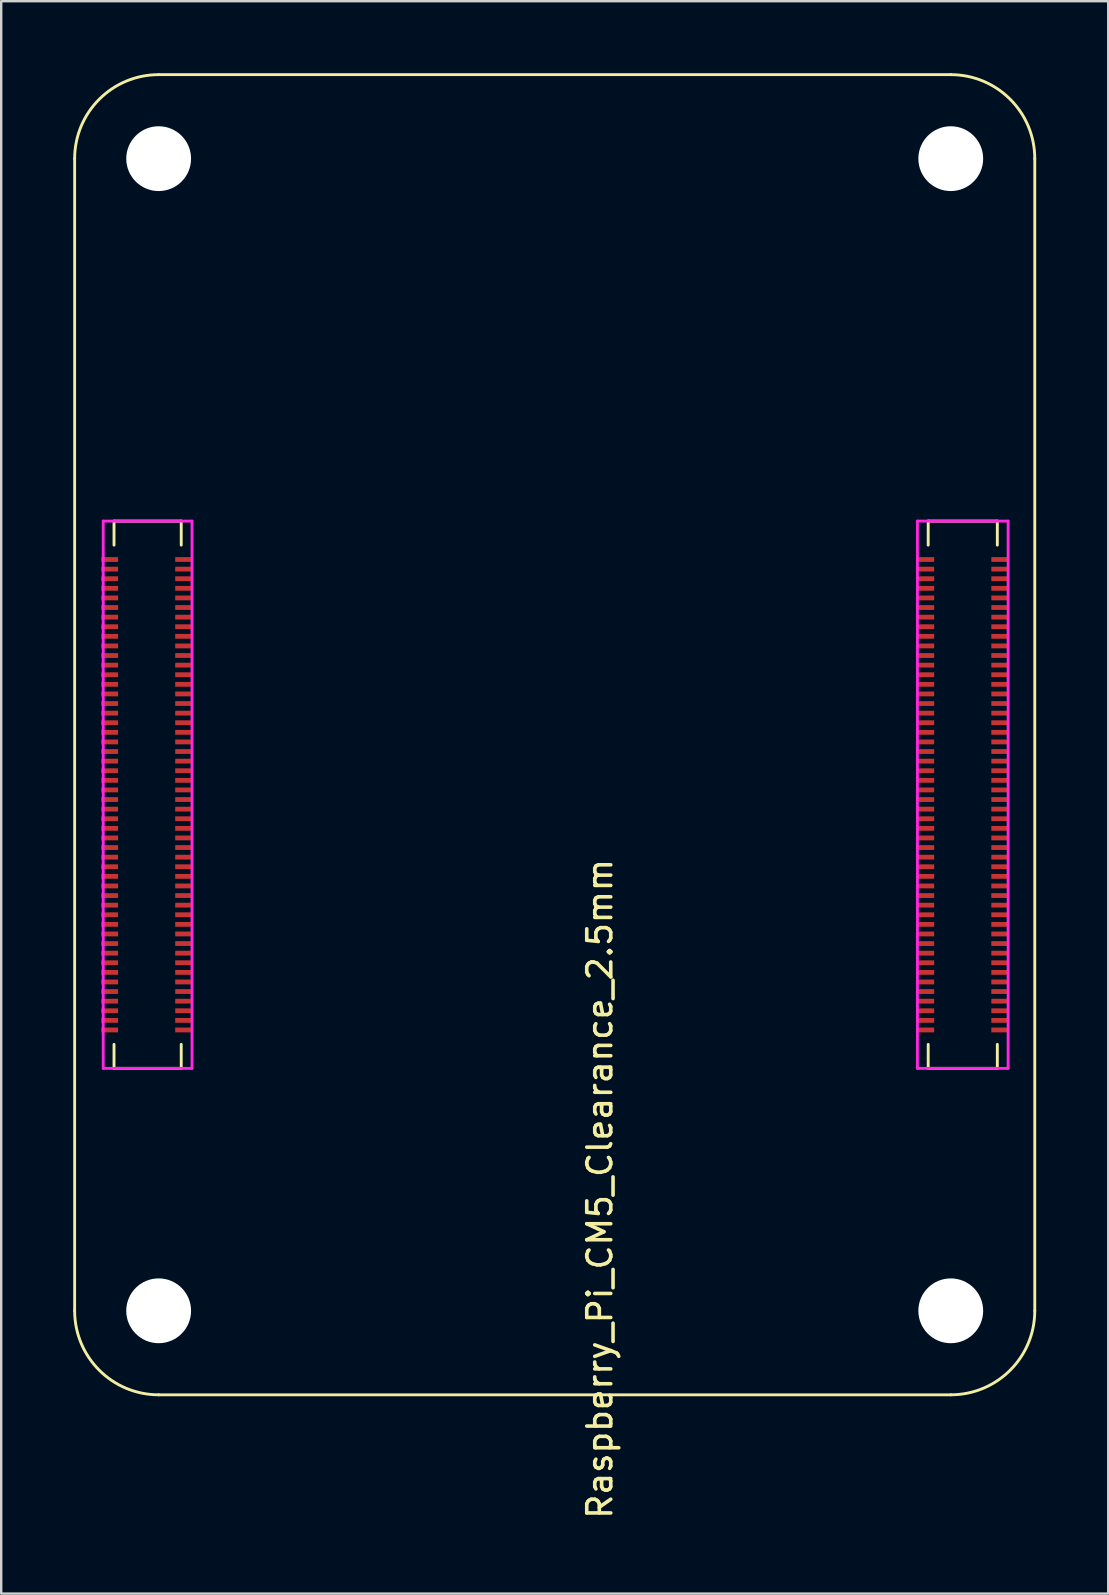
<source format=kicad_pcb>
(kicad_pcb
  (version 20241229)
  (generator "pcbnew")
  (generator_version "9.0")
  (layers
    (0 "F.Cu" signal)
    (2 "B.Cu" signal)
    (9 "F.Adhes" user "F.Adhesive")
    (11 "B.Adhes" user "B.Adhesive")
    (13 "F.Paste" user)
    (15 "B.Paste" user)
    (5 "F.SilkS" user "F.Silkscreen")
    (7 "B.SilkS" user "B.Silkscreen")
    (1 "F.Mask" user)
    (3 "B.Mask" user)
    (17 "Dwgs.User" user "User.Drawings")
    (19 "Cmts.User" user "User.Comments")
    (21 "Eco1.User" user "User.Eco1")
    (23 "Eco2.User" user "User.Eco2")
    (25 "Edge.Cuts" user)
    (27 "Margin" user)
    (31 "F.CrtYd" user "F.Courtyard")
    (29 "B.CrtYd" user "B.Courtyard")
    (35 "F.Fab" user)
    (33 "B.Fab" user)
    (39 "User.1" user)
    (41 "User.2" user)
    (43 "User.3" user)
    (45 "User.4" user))
  (footprint "Raspberry_Pi_CM5_Clearance_2.5mm"
    (layer "F.Cu")
    (at 3.56 51.56)
    (property "Reference" "Raspberry_Pi_CM5_Clearance_2.5mm" (at 18.38 -5.08 270) (layer "F.SilkS") (effects (font (size 1 1) (thickness 0.15))))
    (attr smd)
    (fp_line (start -3.5 -48) (end -3.5 0) (stroke (width 0.12) (type solid)) (layer "F.SilkS"))
    (fp_line (start -1.86 -32.9) (end -1.86 -31.9) (stroke (width 0.12) (type solid)) (layer "F.SilkS"))
    (fp_line (start -1.86 -32.9) (end 0.94 -32.9) (stroke (width 0.12) (type solid)) (layer "F.SilkS"))
    (fp_line (start -1.86 -10.1) (end -1.86 -11.1) (stroke (width 0.12) (type solid)) (layer "F.SilkS"))
    (fp_line (start -1.86 -10.1) (end 0.94 -10.1) (stroke (width 0.12) (type solid)) (layer "F.SilkS"))
    (fp_line (start 0 3.5) (end 33 3.5) (stroke (width 0.12) (type solid)) (layer "F.SilkS"))
    (fp_line (start 0.94 -32.9) (end 0.94 -31.9) (stroke (width 0.12) (type solid)) (layer "F.SilkS"))
    (fp_line (start 0.94 -10.1) (end 0.94 -11.1) (stroke (width 0.12) (type solid)) (layer "F.SilkS"))
    (fp_line (start 32.06 -32.9) (end 32.06 -31.9) (stroke (width 0.12) (type solid)) (layer "F.SilkS"))
    (fp_line (start 32.06 -32.9) (end 34.94 -32.9) (stroke (width 0.12) (type solid)) (layer "F.SilkS"))
    (fp_line (start 32.06 -10.1) (end 32.06 -11.1) (stroke (width 0.12) (type solid)) (layer "F.SilkS"))
    (fp_line (start 32.06 -10.1) (end 34.94 -10.1) (stroke (width 0.12) (type solid)) (layer "F.SilkS"))
    (fp_line (start 33 -51.5) (end 0 -51.5) (stroke (width 0.12) (type solid)) (layer "F.SilkS"))
    (fp_line (start 34.94 -32.9) (end 34.94 -31.9) (stroke (width 0.12) (type solid)) (layer "F.SilkS"))
    (fp_line (start 34.94 -10.1) (end 34.94 -11.1) (stroke (width 0.12) (type solid)) (layer "F.SilkS"))
    (fp_line (start 36.5 0) (end 36.5 -48) (stroke (width 0.12) (type solid)) (layer "F.SilkS"))
    (fp_arc (start -3.5 -48) (mid -2.474874 -50.474874) (end 0 -51.5) (stroke (width 0.12) (type solid)) (layer "F.SilkS"))
    (fp_arc (start 0 3.5) (mid -2.474874 2.474874) (end -3.5 0) (stroke (width 0.12) (type solid)) (layer "F.SilkS"))
    (fp_arc (start 33 -51.5) (mid 35.474874 -50.474874) (end 36.5 -48) (stroke (width 0.12) (type solid)) (layer "F.SilkS"))
    (fp_arc (start 36.5 0) (mid 35.474874 2.474874) (end 33 3.5) (stroke (width 0.12) (type solid)) (layer "F.SilkS"))
    (fp_line (start -2.31 -32.9) (end 1.39 -32.9) (stroke (width 0.12) (type solid)) (layer "F.CrtYd"))
    (fp_line (start -2.31 -10.1) (end -2.31 -32.9) (stroke (width 0.12) (type solid)) (layer "F.CrtYd"))
    (fp_line (start 1.39 -32.9) (end 1.39 -10.1) (stroke (width 0.12) (type solid)) (layer "F.CrtYd"))
    (fp_line (start 1.39 -10.1) (end -2.31 -10.1) (stroke (width 0.12) (type solid)) (layer "F.CrtYd"))
    (fp_line (start 31.61 -32.9) (end 35.39 -32.9) (stroke (width 0.12) (type solid)) (layer "F.CrtYd"))
    (fp_line (start 31.61 -10.1) (end 31.61 -32.9) (stroke (width 0.12) (type solid)) (layer "F.CrtYd"))
    (fp_line (start 35.39 -32.9) (end 35.39 -10.1) (stroke (width 0.12) (type solid)) (layer "F.CrtYd"))
    (fp_line (start 35.39 -10.1) (end 31.61 -10.1) (stroke (width 0.12) (type solid)) (layer "F.CrtYd"))
    (pad "" np_thru_hole circle (at 0 -48) (size 2.7 2.7) (drill 2.7) (layers "*.Cu" "*.Mask"))
    (pad "" np_thru_hole circle (at 0 0) (size 2.7 2.7) (drill 2.7) (layers "*.Cu" "*.Mask"))
    (pad "" np_thru_hole circle (at 33 -48) (size 2.7 2.7) (drill 2.7) (layers "*.Cu" "*.Mask"))
    (pad "" np_thru_hole circle (at 33 0) (size 2.7 2.7) (drill 2.7) (layers "*.Cu" "*.Mask"))
    (pad "1" smd rect (at -2.04 -31.3 270) (size 0.2 0.7) (layers "F.Cu" "F.Mask" "F.Paste"))
    (pad "2" smd rect (at 1.04 -31.3 270) (size 0.2 0.7) (layers "F.Cu" "F.Mask" "F.Paste"))
    (pad "3" smd rect (at -2.04 -30.9 270) (size 0.2 0.7) (layers "F.Cu" "F.Mask" "F.Paste"))
    (pad "4" smd rect (at 1.04 -30.9 270) (size 0.2 0.7) (layers "F.Cu" "F.Mask" "F.Paste"))
    (pad "5" smd rect (at -2.04 -30.5 270) (size 0.2 0.7) (layers "F.Cu" "F.Mask" "F.Paste"))
    (pad "6" smd rect (at 1.04 -30.5 270) (size 0.2 0.7) (layers "F.Cu" "F.Mask" "F.Paste"))
    (pad "7" smd rect (at -2.04 -30.1 270) (size 0.2 0.7) (layers "F.Cu" "F.Mask" "F.Paste"))
    (pad "8" smd rect (at 1.04 -30.1 270) (size 0.2 0.7) (layers "F.Cu" "F.Mask" "F.Paste"))
    (pad "9" smd rect (at -2.04 -29.7 270) (size 0.2 0.7) (layers "F.Cu" "F.Mask" "F.Paste"))
    (pad "10" smd rect (at 1.04 -29.7 270) (size 0.2 0.7) (layers "F.Cu" "F.Mask" "F.Paste"))
    (pad "11" smd rect (at -2.04 -29.3 270) (size 0.2 0.7) (layers "F.Cu" "F.Mask" "F.Paste"))
    (pad "12" smd rect (at 1.04 -29.3 270) (size 0.2 0.7) (layers "F.Cu" "F.Mask" "F.Paste"))
    (pad "13" smd rect (at -2.04 -28.9 270) (size 0.2 0.7) (layers "F.Cu" "F.Mask" "F.Paste"))
    (pad "14" smd rect (at 1.04 -28.9 270) (size 0.2 0.7) (layers "F.Cu" "F.Mask" "F.Paste"))
    (pad "15" smd rect (at -2.04 -28.5 270) (size 0.2 0.7) (layers "F.Cu" "F.Mask" "F.Paste"))
    (pad "16" smd rect (at 1.04 -28.5 270) (size 0.2 0.7) (layers "F.Cu" "F.Mask" "F.Paste"))
    (pad "17" smd rect (at -2.04 -28.1 270) (size 0.2 0.7) (layers "F.Cu" "F.Mask" "F.Paste"))
    (pad "18" smd rect (at 1.04 -28.1 270) (size 0.2 0.7) (layers "F.Cu" "F.Mask" "F.Paste"))
    (pad "19" smd rect (at -2.04 -27.7 270) (size 0.2 0.7) (layers "F.Cu" "F.Mask" "F.Paste"))
    (pad "20" smd rect (at 1.04 -27.7 270) (size 0.2 0.7) (layers "F.Cu" "F.Mask" "F.Paste"))
    (pad "21" smd rect (at -2.04 -27.3 270) (size 0.2 0.7) (layers "F.Cu" "F.Mask" "F.Paste"))
    (pad "22" smd rect (at 1.04 -27.3 270) (size 0.2 0.7) (layers "F.Cu" "F.Mask" "F.Paste"))
    (pad "23" smd rect (at -2.04 -26.9 270) (size 0.2 0.7) (layers "F.Cu" "F.Mask" "F.Paste"))
    (pad "24" smd rect (at 1.04 -26.9 270) (size 0.2 0.7) (layers "F.Cu" "F.Mask" "F.Paste"))
    (pad "25" smd rect (at -2.04 -26.5 270) (size 0.2 0.7) (layers "F.Cu" "F.Mask" "F.Paste"))
    (pad "26" smd rect (at 1.04 -26.5 270) (size 0.2 0.7) (layers "F.Cu" "F.Mask" "F.Paste"))
    (pad "27" smd rect (at -2.04 -26.1 270) (size 0.2 0.7) (layers "F.Cu" "F.Mask" "F.Paste"))
    (pad "28" smd rect (at 1.04 -26.1 270) (size 0.2 0.7) (layers "F.Cu" "F.Mask" "F.Paste"))
    (pad "29" smd rect (at -2.04 -25.7 270) (size 0.2 0.7) (layers "F.Cu" "F.Mask" "F.Paste"))
    (pad "30" smd rect (at 1.04 -25.7 270) (size 0.2 0.7) (layers "F.Cu" "F.Mask" "F.Paste"))
    (pad "31" smd rect (at -2.04 -25.3 270) (size 0.2 0.7) (layers "F.Cu" "F.Mask" "F.Paste"))
    (pad "32" smd rect (at 1.04 -25.3 270) (size 0.2 0.7) (layers "F.Cu" "F.Mask" "F.Paste"))
    (pad "33" smd rect (at -2.04 -24.9 270) (size 0.2 0.7) (layers "F.Cu" "F.Mask" "F.Paste"))
    (pad "34" smd rect (at 1.04 -24.9 270) (size 0.2 0.7) (layers "F.Cu" "F.Mask" "F.Paste"))
    (pad "35" smd rect (at -2.04 -24.5 270) (size 0.2 0.7) (layers "F.Cu" "F.Mask" "F.Paste"))
    (pad "36" smd rect (at 1.04 -24.5 270) (size 0.2 0.7) (layers "F.Cu" "F.Mask" "F.Paste"))
    (pad "37" smd rect (at -2.04 -24.1 270) (size 0.2 0.7) (layers "F.Cu" "F.Mask" "F.Paste"))
    (pad "38" smd rect (at 1.04 -24.1 270) (size 0.2 0.7) (layers "F.Cu" "F.Mask" "F.Paste"))
    (pad "39" smd rect (at -2.04 -23.7 270) (size 0.2 0.7) (layers "F.Cu" "F.Mask" "F.Paste"))
    (pad "40" smd rect (at 1.04 -23.7 270) (size 0.2 0.7) (layers "F.Cu" "F.Mask" "F.Paste"))
    (pad "41" smd rect (at -2.04 -23.3 270) (size 0.2 0.7) (layers "F.Cu" "F.Mask" "F.Paste"))
    (pad "42" smd rect (at 1.04 -23.3 270) (size 0.2 0.7) (layers "F.Cu" "F.Mask" "F.Paste"))
    (pad "43" smd rect (at -2.04 -22.9 270) (size 0.2 0.7) (layers "F.Cu" "F.Mask" "F.Paste"))
    (pad "44" smd rect (at 1.04 -22.9 270) (size 0.2 0.7) (layers "F.Cu" "F.Mask" "F.Paste"))
    (pad "45" smd rect (at -2.04 -22.5 270) (size 0.2 0.7) (layers "F.Cu" "F.Mask" "F.Paste"))
    (pad "46" smd rect (at 1.04 -22.5 270) (size 0.2 0.7) (layers "F.Cu" "F.Mask" "F.Paste"))
    (pad "47" smd rect (at -2.04 -22.1 270) (size 0.2 0.7) (layers "F.Cu" "F.Mask" "F.Paste"))
    (pad "48" smd rect (at 1.04 -22.1 270) (size 0.2 0.7) (layers "F.Cu" "F.Mask" "F.Paste"))
    (pad "49" smd rect (at -2.04 -21.7 270) (size 0.2 0.7) (layers "F.Cu" "F.Mask" "F.Paste"))
    (pad "50" smd rect (at 1.04 -21.7 270) (size 0.2 0.7) (layers "F.Cu" "F.Mask" "F.Paste"))
    (pad "51" smd rect (at -2.04 -21.3 270) (size 0.2 0.7) (layers "F.Cu" "F.Mask" "F.Paste"))
    (pad "52" smd rect (at 1.04 -21.3 270) (size 0.2 0.7) (layers "F.Cu" "F.Mask" "F.Paste"))
    (pad "53" smd rect (at -2.04 -20.9 270) (size 0.2 0.7) (layers "F.Cu" "F.Mask" "F.Paste"))
    (pad "54" smd rect (at 1.04 -20.9 270) (size 0.2 0.7) (layers "F.Cu" "F.Mask" "F.Paste"))
    (pad "55" smd rect (at -2.04 -20.5 270) (size 0.2 0.7) (layers "F.Cu" "F.Mask" "F.Paste"))
    (pad "56" smd rect (at 1.04 -20.5 270) (size 0.2 0.7) (layers "F.Cu" "F.Mask" "F.Paste"))
    (pad "57" smd rect (at -2.04 -20.1 270) (size 0.2 0.7) (layers "F.Cu" "F.Mask" "F.Paste"))
    (pad "58" smd rect (at 1.04 -20.1 270) (size 0.2 0.7) (layers "F.Cu" "F.Mask" "F.Paste"))
    (pad "59" smd rect (at -2.04 -19.7 270) (size 0.2 0.7) (layers "F.Cu" "F.Mask" "F.Paste"))
    (pad "60" smd rect (at 1.04 -19.7 270) (size 0.2 0.7) (layers "F.Cu" "F.Mask" "F.Paste"))
    (pad "61" smd rect (at -2.04 -19.3 270) (size 0.2 0.7) (layers "F.Cu" "F.Mask" "F.Paste"))
    (pad "62" smd rect (at 1.04 -19.3 270) (size 0.2 0.7) (layers "F.Cu" "F.Mask" "F.Paste"))
    (pad "63" smd rect (at -2.04 -18.9 270) (size 0.2 0.7) (layers "F.Cu" "F.Mask" "F.Paste"))
    (pad "64" smd rect (at 1.04 -18.9 270) (size 0.2 0.7) (layers "F.Cu" "F.Mask" "F.Paste"))
    (pad "65" smd rect (at -2.04 -18.5 270) (size 0.2 0.7) (layers "F.Cu" "F.Mask" "F.Paste"))
    (pad "66" smd rect (at 1.04 -18.5 270) (size 0.2 0.7) (layers "F.Cu" "F.Mask" "F.Paste"))
    (pad "67" smd rect (at -2.04 -18.1 270) (size 0.2 0.7) (layers "F.Cu" "F.Mask" "F.Paste"))
    (pad "68" smd rect (at 1.04 -18.1 270) (size 0.2 0.7) (layers "F.Cu" "F.Mask" "F.Paste"))
    (pad "69" smd rect (at -2.04 -17.7 270) (size 0.2 0.7) (layers "F.Cu" "F.Mask" "F.Paste"))
    (pad "70" smd rect (at 1.04 -17.7 270) (size 0.2 0.7) (layers "F.Cu" "F.Mask" "F.Paste"))
    (pad "71" smd rect (at -2.04 -17.3 270) (size 0.2 0.7) (layers "F.Cu" "F.Mask" "F.Paste"))
    (pad "72" smd rect (at 1.04 -17.3 270) (size 0.2 0.7) (layers "F.Cu" "F.Mask" "F.Paste"))
    (pad "73" smd rect (at -2.04 -16.9 270) (size 0.2 0.7) (layers "F.Cu" "F.Mask" "F.Paste"))
    (pad "74" smd rect (at 1.04 -16.9 270) (size 0.2 0.7) (layers "F.Cu" "F.Mask" "F.Paste"))
    (pad "75" smd rect (at -2.04 -16.5 270) (size 0.2 0.7) (layers "F.Cu" "F.Mask" "F.Paste"))
    (pad "76" smd rect (at 1.04 -16.5 270) (size 0.2 0.7) (layers "F.Cu" "F.Mask" "F.Paste"))
    (pad "77" smd rect (at -2.04 -16.1 270) (size 0.2 0.7) (layers "F.Cu" "F.Mask" "F.Paste"))
    (pad "78" smd rect (at 1.04 -16.1 270) (size 0.2 0.7) (layers "F.Cu" "F.Mask" "F.Paste"))
    (pad "79" smd rect (at -2.04 -15.7 270) (size 0.2 0.7) (layers "F.Cu" "F.Mask" "F.Paste"))
    (pad "80" smd rect (at 1.04 -15.7 270) (size 0.2 0.7) (layers "F.Cu" "F.Mask" "F.Paste"))
    (pad "81" smd rect (at -2.04 -15.3 270) (size 0.2 0.7) (layers "F.Cu" "F.Mask" "F.Paste"))
    (pad "82" smd rect (at 1.04 -15.3 270) (size 0.2 0.7) (layers "F.Cu" "F.Mask" "F.Paste"))
    (pad "83" smd rect (at -2.04 -14.9 270) (size 0.2 0.7) (layers "F.Cu" "F.Mask" "F.Paste"))
    (pad "84" smd rect (at 1.04 -14.9 270) (size 0.2 0.7) (layers "F.Cu" "F.Mask" "F.Paste"))
    (pad "85" smd rect (at -2.04 -14.5 270) (size 0.2 0.7) (layers "F.Cu" "F.Mask" "F.Paste"))
    (pad "86" smd rect (at 1.04 -14.5 270) (size 0.2 0.7) (layers "F.Cu" "F.Mask" "F.Paste"))
    (pad "87" smd rect (at -2.04 -14.1 270) (size 0.2 0.7) (layers "F.Cu" "F.Mask" "F.Paste"))
    (pad "88" smd rect (at 1.04 -14.1 270) (size 0.2 0.7) (layers "F.Cu" "F.Mask" "F.Paste"))
    (pad "89" smd rect (at -2.04 -13.7 270) (size 0.2 0.7) (layers "F.Cu" "F.Mask" "F.Paste"))
    (pad "90" smd rect (at 1.04 -13.7 270) (size 0.2 0.7) (layers "F.Cu" "F.Mask" "F.Paste"))
    (pad "91" smd rect (at -2.04 -13.3 270) (size 0.2 0.7) (layers "F.Cu" "F.Mask" "F.Paste"))
    (pad "92" smd rect (at 1.04 -13.3 270) (size 0.2 0.7) (layers "F.Cu" "F.Mask" "F.Paste"))
    (pad "93" smd rect (at -2.04 -12.9 270) (size 0.2 0.7) (layers "F.Cu" "F.Mask" "F.Paste"))
    (pad "94" smd rect (at 1.04 -12.9 270) (size 0.2 0.7) (layers "F.Cu" "F.Mask" "F.Paste"))
    (pad "95" smd rect (at -2.04 -12.5 270) (size 0.2 0.7) (layers "F.Cu" "F.Mask" "F.Paste"))
    (pad "96" smd rect (at 1.04 -12.5 270) (size 0.2 0.7) (layers "F.Cu" "F.Mask" "F.Paste"))
    (pad "97" smd rect (at -2.04 -12.1 270) (size 0.2 0.7) (layers "F.Cu" "F.Mask" "F.Paste"))
    (pad "98" smd rect (at 1.04 -12.1 270) (size 0.2 0.7) (layers "F.Cu" "F.Mask" "F.Paste"))
    (pad "99" smd rect (at -2.04 -11.7 270) (size 0.2 0.7) (layers "F.Cu" "F.Mask" "F.Paste"))
    (pad "100" smd rect (at 1.04 -11.7 270) (size 0.2 0.7) (layers "F.Cu" "F.Mask" "F.Paste"))
    (pad "101" smd rect (at 31.96 -31.3 270) (size 0.2 0.7) (layers "F.Cu" "F.Mask" "F.Paste"))
    (pad "102" smd rect (at 35.04 -31.3 270) (size 0.2 0.7) (layers "F.Cu" "F.Mask" "F.Paste"))
    (pad "103" smd rect (at 31.96 -30.9 270) (size 0.2 0.7) (layers "F.Cu" "F.Mask" "F.Paste"))
    (pad "104" smd rect (at 35.04 -30.9 270) (size 0.2 0.7) (layers "F.Cu" "F.Mask" "F.Paste"))
    (pad "105" smd rect (at 31.96 -30.5 270) (size 0.2 0.7) (layers "F.Cu" "F.Mask" "F.Paste"))
    (pad "106" smd rect (at 35.04 -30.5 270) (size 0.2 0.7) (layers "F.Cu" "F.Mask" "F.Paste"))
    (pad "107" smd rect (at 31.96 -30.1 270) (size 0.2 0.7) (layers "F.Cu" "F.Mask" "F.Paste"))
    (pad "108" smd rect (at 35.04 -30.1 270) (size 0.2 0.7) (layers "F.Cu" "F.Mask" "F.Paste"))
    (pad "109" smd rect (at 31.96 -29.7 270) (size 0.2 0.7) (layers "F.Cu" "F.Mask" "F.Paste"))
    (pad "110" smd rect (at 35.04 -29.7 270) (size 0.2 0.7) (layers "F.Cu" "F.Mask" "F.Paste"))
    (pad "111" smd rect (at 31.96 -29.3 270) (size 0.2 0.7) (layers "F.Cu" "F.Mask" "F.Paste"))
    (pad "112" smd rect (at 35.04 -29.3 270) (size 0.2 0.7) (layers "F.Cu" "F.Mask" "F.Paste"))
    (pad "113" smd rect (at 31.96 -28.9 270) (size 0.2 0.7) (layers "F.Cu" "F.Mask" "F.Paste"))
    (pad "114" smd rect (at 35.04 -28.9 270) (size 0.2 0.7) (layers "F.Cu" "F.Mask" "F.Paste"))
    (pad "115" smd rect (at 31.96 -28.5 270) (size 0.2 0.7) (layers "F.Cu" "F.Mask" "F.Paste"))
    (pad "116" smd rect (at 35.04 -28.5 270) (size 0.2 0.7) (layers "F.Cu" "F.Mask" "F.Paste"))
    (pad "117" smd rect (at 31.96 -28.1 270) (size 0.2 0.7) (layers "F.Cu" "F.Mask" "F.Paste"))
    (pad "118" smd rect (at 35.04 -28.1 270) (size 0.2 0.7) (layers "F.Cu" "F.Mask" "F.Paste"))
    (pad "119" smd rect (at 31.96 -27.7 270) (size 0.2 0.7) (layers "F.Cu" "F.Mask" "F.Paste"))
    (pad "120" smd rect (at 35.04 -27.7 270) (size 0.2 0.7) (layers "F.Cu" "F.Mask" "F.Paste"))
    (pad "121" smd rect (at 31.96 -27.3 270) (size 0.2 0.7) (layers "F.Cu" "F.Mask" "F.Paste"))
    (pad "122" smd rect (at 35.04 -27.3 270) (size 0.2 0.7) (layers "F.Cu" "F.Mask" "F.Paste"))
    (pad "123" smd rect (at 31.96 -26.9 270) (size 0.2 0.7) (layers "F.Cu" "F.Mask" "F.Paste"))
    (pad "124" smd rect (at 35.04 -26.9 270) (size 0.2 0.7) (layers "F.Cu" "F.Mask" "F.Paste"))
    (pad "125" smd rect (at 31.96 -26.5 270) (size 0.2 0.7) (layers "F.Cu" "F.Mask" "F.Paste"))
    (pad "126" smd rect (at 35.04 -26.5 270) (size 0.2 0.7) (layers "F.Cu" "F.Mask" "F.Paste"))
    (pad "127" smd rect (at 31.96 -26.1 270) (size 0.2 0.7) (layers "F.Cu" "F.Mask" "F.Paste"))
    (pad "128" smd rect (at 35.04 -26.1 270) (size 0.2 0.7) (layers "F.Cu" "F.Mask" "F.Paste"))
    (pad "129" smd rect (at 31.96 -25.7 270) (size 0.2 0.7) (layers "F.Cu" "F.Mask" "F.Paste"))
    (pad "130" smd rect (at 35.04 -25.7 270) (size 0.2 0.7) (layers "F.Cu" "F.Mask" "F.Paste"))
    (pad "131" smd rect (at 31.96 -25.3 270) (size 0.2 0.7) (layers "F.Cu" "F.Mask" "F.Paste"))
    (pad "132" smd rect (at 35.04 -25.3 270) (size 0.2 0.7) (layers "F.Cu" "F.Mask" "F.Paste"))
    (pad "133" smd rect (at 31.96 -24.9 270) (size 0.2 0.7) (layers "F.Cu" "F.Mask" "F.Paste"))
    (pad "134" smd rect (at 35.04 -24.9 270) (size 0.2 0.7) (layers "F.Cu" "F.Mask" "F.Paste"))
    (pad "135" smd rect (at 31.96 -24.5 270) (size 0.2 0.7) (layers "F.Cu" "F.Mask" "F.Paste"))
    (pad "136" smd rect (at 35.04 -24.5 270) (size 0.2 0.7) (layers "F.Cu" "F.Mask" "F.Paste"))
    (pad "137" smd rect (at 31.96 -24.1 270) (size 0.2 0.7) (layers "F.Cu" "F.Mask" "F.Paste"))
    (pad "138" smd rect (at 35.04 -24.1 270) (size 0.2 0.7) (layers "F.Cu" "F.Mask" "F.Paste"))
    (pad "139" smd rect (at 31.96 -23.7 270) (size 0.2 0.7) (layers "F.Cu" "F.Mask" "F.Paste"))
    (pad "140" smd rect (at 35.04 -23.7 270) (size 0.2 0.7) (layers "F.Cu" "F.Mask" "F.Paste"))
    (pad "141" smd rect (at 31.96 -23.3 270) (size 0.2 0.7) (layers "F.Cu" "F.Mask" "F.Paste"))
    (pad "142" smd rect (at 35.04 -23.3 270) (size 0.2 0.7) (layers "F.Cu" "F.Mask" "F.Paste"))
    (pad "143" smd rect (at 31.96 -22.9 270) (size 0.2 0.7) (layers "F.Cu" "F.Mask" "F.Paste"))
    (pad "144" smd rect (at 35.04 -22.9 270) (size 0.2 0.7) (layers "F.Cu" "F.Mask" "F.Paste"))
    (pad "145" smd rect (at 31.96 -22.5 270) (size 0.2 0.7) (layers "F.Cu" "F.Mask" "F.Paste"))
    (pad "146" smd rect (at 35.04 -22.5 270) (size 0.2 0.7) (layers "F.Cu" "F.Mask" "F.Paste"))
    (pad "147" smd rect (at 31.96 -22.1 270) (size 0.2 0.7) (layers "F.Cu" "F.Mask" "F.Paste"))
    (pad "148" smd rect (at 35.04 -22.1 270) (size 0.2 0.7) (layers "F.Cu" "F.Mask" "F.Paste"))
    (pad "149" smd rect (at 31.96 -21.7 270) (size 0.2 0.7) (layers "F.Cu" "F.Mask" "F.Paste"))
    (pad "150" smd rect (at 35.04 -21.7 270) (size 0.2 0.7) (layers "F.Cu" "F.Mask" "F.Paste"))
    (pad "151" smd rect (at 31.96 -21.3 270) (size 0.2 0.7) (layers "F.Cu" "F.Mask" "F.Paste"))
    (pad "152" smd rect (at 35.04 -21.3 270) (size 0.2 0.7) (layers "F.Cu" "F.Mask" "F.Paste"))
    (pad "153" smd rect (at 31.96 -20.9 270) (size 0.2 0.7) (layers "F.Cu" "F.Mask" "F.Paste"))
    (pad "154" smd rect (at 35.04 -20.9 270) (size 0.2 0.7) (layers "F.Cu" "F.Mask" "F.Paste"))
    (pad "155" smd rect (at 31.96 -20.5 270) (size 0.2 0.7) (layers "F.Cu" "F.Mask" "F.Paste"))
    (pad "156" smd rect (at 35.04 -20.5 270) (size 0.2 0.7) (layers "F.Cu" "F.Mask" "F.Paste"))
    (pad "157" smd rect (at 31.96 -20.1 270) (size 0.2 0.7) (layers "F.Cu" "F.Mask" "F.Paste"))
    (pad "158" smd rect (at 35.04 -20.1 270) (size 0.2 0.7) (layers "F.Cu" "F.Mask" "F.Paste"))
    (pad "159" smd rect (at 31.96 -19.7 270) (size 0.2 0.7) (layers "F.Cu" "F.Mask" "F.Paste"))
    (pad "160" smd rect (at 35.04 -19.7 270) (size 0.2 0.7) (layers "F.Cu" "F.Mask" "F.Paste"))
    (pad "161" smd rect (at 31.96 -19.3 270) (size 0.2 0.7) (layers "F.Cu" "F.Mask" "F.Paste"))
    (pad "162" smd rect (at 35.04 -19.3 270) (size 0.2 0.7) (layers "F.Cu" "F.Mask" "F.Paste"))
    (pad "163" smd rect (at 31.96 -18.9 270) (size 0.2 0.7) (layers "F.Cu" "F.Mask" "F.Paste"))
    (pad "164" smd rect (at 35.04 -18.9 270) (size 0.2 0.7) (layers "F.Cu" "F.Mask" "F.Paste"))
    (pad "165" smd rect (at 31.96 -18.5 270) (size 0.2 0.7) (layers "F.Cu" "F.Mask" "F.Paste"))
    (pad "166" smd rect (at 35.04 -18.5 270) (size 0.2 0.7) (layers "F.Cu" "F.Mask" "F.Paste"))
    (pad "167" smd rect (at 31.96 -18.1 270) (size 0.2 0.7) (layers "F.Cu" "F.Mask" "F.Paste"))
    (pad "168" smd rect (at 35.04 -18.1 270) (size 0.2 0.7) (layers "F.Cu" "F.Mask" "F.Paste"))
    (pad "169" smd rect (at 31.96 -17.7 270) (size 0.2 0.7) (layers "F.Cu" "F.Mask" "F.Paste"))
    (pad "170" smd rect (at 35.04 -17.7 270) (size 0.2 0.7) (layers "F.Cu" "F.Mask" "F.Paste"))
    (pad "171" smd rect (at 31.96 -17.3 270) (size 0.2 0.7) (layers "F.Cu" "F.Mask" "F.Paste"))
    (pad "172" smd rect (at 35.04 -17.3 270) (size 0.2 0.7) (layers "F.Cu" "F.Mask" "F.Paste"))
    (pad "173" smd rect (at 31.96 -16.9 270) (size 0.2 0.7) (layers "F.Cu" "F.Mask" "F.Paste"))
    (pad "174" smd rect (at 35.04 -16.9 270) (size 0.2 0.7) (layers "F.Cu" "F.Mask" "F.Paste"))
    (pad "175" smd rect (at 31.96 -16.5 270) (size 0.2 0.7) (layers "F.Cu" "F.Mask" "F.Paste"))
    (pad "176" smd rect (at 35.04 -16.5 270) (size 0.2 0.7) (layers "F.Cu" "F.Mask" "F.Paste"))
    (pad "177" smd rect (at 31.96 -16.1 270) (size 0.2 0.7) (layers "F.Cu" "F.Mask" "F.Paste"))
    (pad "178" smd rect (at 35.04 -16.1 270) (size 0.2 0.7) (layers "F.Cu" "F.Mask" "F.Paste"))
    (pad "179" smd rect (at 31.96 -15.7 270) (size 0.2 0.7) (layers "F.Cu" "F.Mask" "F.Paste"))
    (pad "180" smd rect (at 35.04 -15.7 270) (size 0.2 0.7) (layers "F.Cu" "F.Mask" "F.Paste"))
    (pad "181" smd rect (at 31.96 -15.3 270) (size 0.2 0.7) (layers "F.Cu" "F.Mask" "F.Paste"))
    (pad "182" smd rect (at 35.04 -15.3 270) (size 0.2 0.7) (layers "F.Cu" "F.Mask" "F.Paste"))
    (pad "183" smd rect (at 31.96 -14.9 270) (size 0.2 0.7) (layers "F.Cu" "F.Mask" "F.Paste"))
    (pad "184" smd rect (at 35.04 -14.9 270) (size 0.2 0.7) (layers "F.Cu" "F.Mask" "F.Paste"))
    (pad "185" smd rect (at 31.96 -14.5 270) (size 0.2 0.7) (layers "F.Cu" "F.Mask" "F.Paste"))
    (pad "186" smd rect (at 35.04 -14.5 270) (size 0.2 0.7) (layers "F.Cu" "F.Mask" "F.Paste"))
    (pad "187" smd rect (at 31.96 -14.1 270) (size 0.2 0.7) (layers "F.Cu" "F.Mask" "F.Paste"))
    (pad "188" smd rect (at 35.04 -14.1 270) (size 0.2 0.7) (layers "F.Cu" "F.Mask" "F.Paste"))
    (pad "189" smd rect (at 31.96 -13.7 270) (size 0.2 0.7) (layers "F.Cu" "F.Mask" "F.Paste"))
    (pad "190" smd rect (at 35.04 -13.7 270) (size 0.2 0.7) (layers "F.Cu" "F.Mask" "F.Paste"))
    (pad "191" smd rect (at 31.96 -13.3 270) (size 0.2 0.7) (layers "F.Cu" "F.Mask" "F.Paste"))
    (pad "192" smd rect (at 35.04 -13.3 270) (size 0.2 0.7) (layers "F.Cu" "F.Mask" "F.Paste"))
    (pad "193" smd rect (at 31.96 -12.9 270) (size 0.2 0.7) (layers "F.Cu" "F.Mask" "F.Paste"))
    (pad "194" smd rect (at 35.04 -12.9 270) (size 0.2 0.7) (layers "F.Cu" "F.Mask" "F.Paste"))
    (pad "195" smd rect (at 31.96 -12.5 270) (size 0.2 0.7) (layers "F.Cu" "F.Mask" "F.Paste"))
    (pad "196" smd rect (at 35.04 -12.5 270) (size 0.2 0.7) (layers "F.Cu" "F.Mask" "F.Paste"))
    (pad "197" smd rect (at 31.96 -12.1 270) (size 0.2 0.7) (layers "F.Cu" "F.Mask" "F.Paste"))
    (pad "198" smd rect (at 35.04 -12.1 270) (size 0.2 0.7) (layers "F.Cu" "F.Mask" "F.Paste"))
    (pad "199" smd rect (at 31.96 -11.7 270) (size 0.2 0.7) (layers "F.Cu" "F.Mask" "F.Paste"))
    (pad "200" smd rect (at 35.04 -11.7 270) (size 0.2 0.7) (layers "F.Cu" "F.Mask" "F.Paste")))
  (gr_rect
    (start -3 -3)
    (end 43.12 63.343)
    (stroke (width 0.1) (type default))
    (fill no)
    (layer "Edge.Cuts")))
</source>
